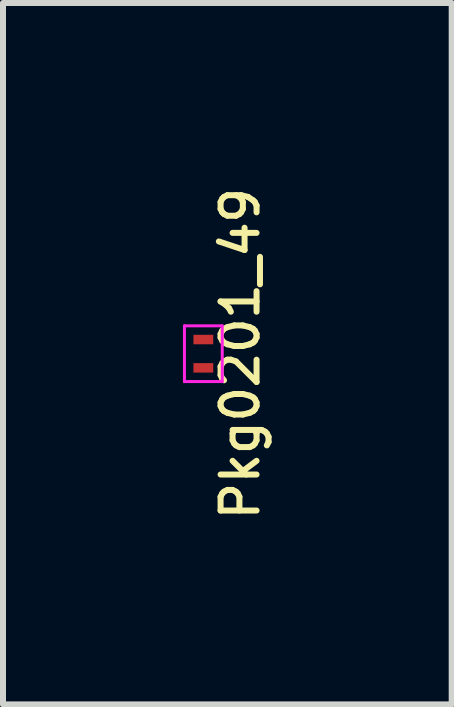
<source format=kicad_pcb>
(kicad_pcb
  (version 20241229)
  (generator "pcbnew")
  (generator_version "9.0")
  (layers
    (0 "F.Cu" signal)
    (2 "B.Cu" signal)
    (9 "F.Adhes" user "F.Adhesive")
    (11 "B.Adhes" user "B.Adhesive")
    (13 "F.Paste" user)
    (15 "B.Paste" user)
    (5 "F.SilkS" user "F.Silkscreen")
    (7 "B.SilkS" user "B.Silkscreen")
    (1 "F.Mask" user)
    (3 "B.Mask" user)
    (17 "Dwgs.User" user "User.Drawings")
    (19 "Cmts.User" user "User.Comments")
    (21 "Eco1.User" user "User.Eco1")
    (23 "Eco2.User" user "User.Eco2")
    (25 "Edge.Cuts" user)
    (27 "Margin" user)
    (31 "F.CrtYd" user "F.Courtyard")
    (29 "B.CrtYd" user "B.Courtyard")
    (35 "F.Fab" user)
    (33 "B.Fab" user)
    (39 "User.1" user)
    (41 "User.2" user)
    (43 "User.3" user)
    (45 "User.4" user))
  (footprint "Pkg0201_49"
    (layer "F.Cu")
    (at 0.34 2.847)
    (property "Reference" "Pkg0201_49" (at 0.615 0 90) (layer "F.SilkS") (effects (font (size 0.6 0.6) (thickness 0.1))))
    (fp_line (start -0.315 -0.465) (end -0.315 0.465) (stroke (width 0.05) (type solid)) (layer "F.CrtYd"))
    (fp_line (start -0.315 0.465) (end 0.315 0.465) (stroke (width 0.05) (type solid)) (layer "F.CrtYd"))
    (fp_line (start 0.315 -0.465) (end -0.315 -0.465) (stroke (width 0.05) (type solid)) (layer "F.CrtYd"))
    (fp_line (start 0.315 0.465) (end 0.315 -0.465) (stroke (width 0.05) (type solid)) (layer "F.CrtYd"))
    (pad "1" smd rect (at 0 -0.236) (size 0.33 0.158) (layers "F.Cu" "F.Mask" "F.Paste"))
    (pad "2" smd rect (at 0 0.236) (size 0.33 0.158) (layers "F.Cu" "F.Mask" "F.Paste")))
  (gr_rect
    (start -3 -3)
    (end 4.481 8.694)
    (stroke (width 0.1) (type default))
    (fill no)
    (layer "Edge.Cuts")))
</source>
